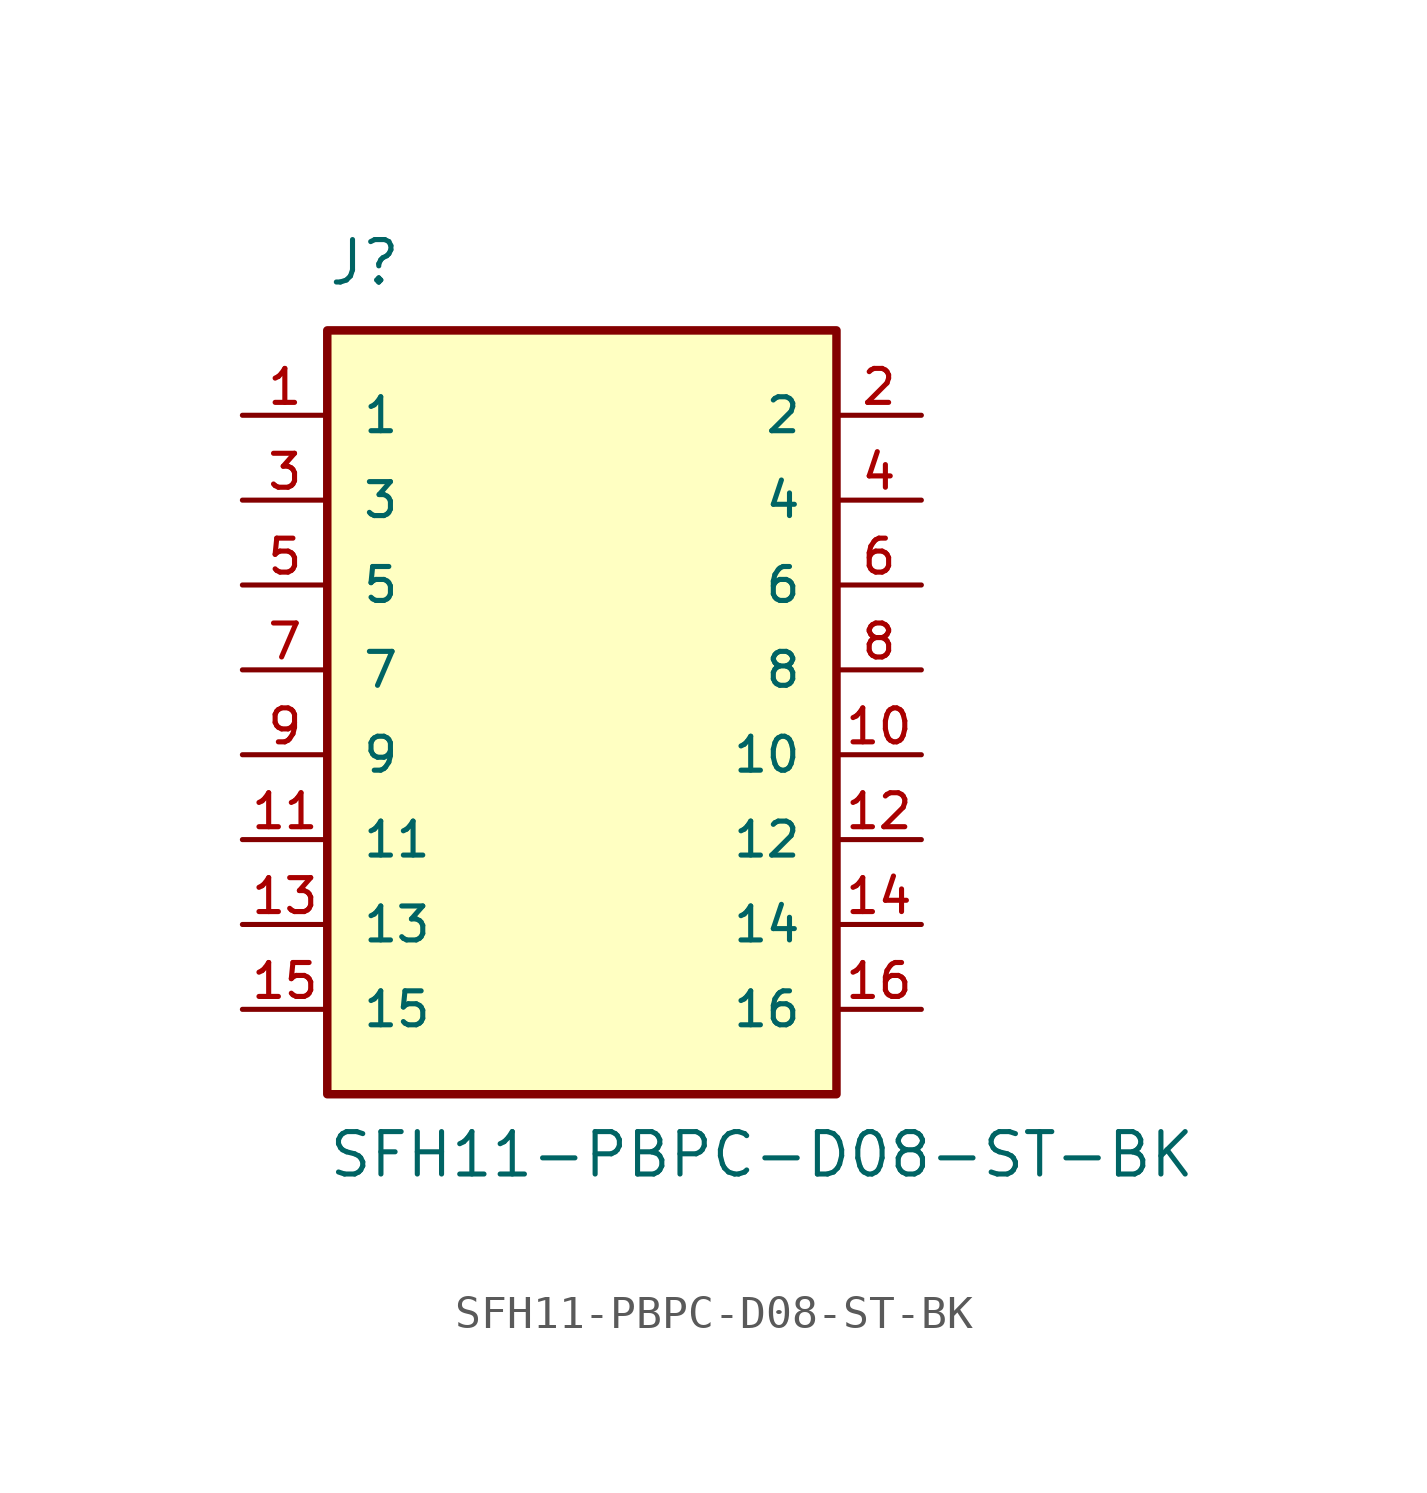
<source format=kicad_sym>
(kicad_symbol_lib
  (version 20211014)
  (generator kicad_symbol_editor)
  (symbol "SFH11-PBPC-D08-ST-BK"
    (pin_names
      (offset 1.016))
    (property "Reference" "J"
      (at -7.63 11.445 0)
      (effects (font (size 1.27 1.27)) (justify bottom left)))
    (property "Value" "SFH11-PBPC-D08-ST-BK"
      (at -7.626 -15.252 0)
      (effects (font (size 1.27 1.27)) (justify bottom left)))
    (symbol "SFH11-PBPC-D08-ST-BK_0_0"
      (rectangle (start -7.62 -12.7) (end 7.62 10.16) (stroke (width 0.254)) (fill (type background)))
      (pin passive line (at -10.16 7.62 0) (length 2.54) (name "1" (effects (font (size 1.016 1.016)))) (number "1" (effects (font (size 1.016 1.016)))))
      (pin passive line (at 10.16 7.62 180.0) (length 2.54) (name "2" (effects (font (size 1.016 1.016)))) (number "2" (effects (font (size 1.016 1.016)))))
      (pin passive line (at -10.16 5.08 0) (length 2.54) (name "3" (effects (font (size 1.016 1.016)))) (number "3" (effects (font (size 1.016 1.016)))))
      (pin passive line (at 10.16 5.08 180.0) (length 2.54) (name "4" (effects (font (size 1.016 1.016)))) (number "4" (effects (font (size 1.016 1.016)))))
      (pin passive line (at -10.16 2.54 0) (length 2.54) (name "5" (effects (font (size 1.016 1.016)))) (number "5" (effects (font (size 1.016 1.016)))))
      (pin passive line (at 10.16 2.54 180.0) (length 2.54) (name "6" (effects (font (size 1.016 1.016)))) (number "6" (effects (font (size 1.016 1.016)))))
      (pin passive line (at -10.16 0.0 0) (length 2.54) (name "7" (effects (font (size 1.016 1.016)))) (number "7" (effects (font (size 1.016 1.016)))))
      (pin passive line (at 10.16 0.0 180.0) (length 2.54) (name "8" (effects (font (size 1.016 1.016)))) (number "8" (effects (font (size 1.016 1.016)))))
      (pin passive line (at -10.16 -2.54 0) (length 2.54) (name "9" (effects (font (size 1.016 1.016)))) (number "9" (effects (font (size 1.016 1.016)))))
      (pin passive line (at 10.16 -2.54 180.0) (length 2.54) (name "10" (effects (font (size 1.016 1.016)))) (number "10" (effects (font (size 1.016 1.016)))))
      (pin passive line (at -10.16 -5.08 0) (length 2.54) (name "11" (effects (font (size 1.016 1.016)))) (number "11" (effects (font (size 1.016 1.016)))))
      (pin passive line (at 10.16 -5.08 180.0) (length 2.54) (name "12" (effects (font (size 1.016 1.016)))) (number "12" (effects (font (size 1.016 1.016)))))
      (pin passive line (at -10.16 -7.62 0) (length 2.54) (name "13" (effects (font (size 1.016 1.016)))) (number "13" (effects (font (size 1.016 1.016)))))
      (pin passive line (at 10.16 -7.62 180.0) (length 2.54) (name "14" (effects (font (size 1.016 1.016)))) (number "14" (effects (font (size 1.016 1.016)))))
      (pin passive line (at -10.16 -10.16 0) (length 2.54) (name "15" (effects (font (size 1.016 1.016)))) (number "15" (effects (font (size 1.016 1.016)))))
      (pin passive line (at 10.16 -10.16 180.0) (length 2.54) (name "16" (effects (font (size 1.016 1.016)))) (number "16" (effects (font (size 1.016 1.016))))))))
</source>
